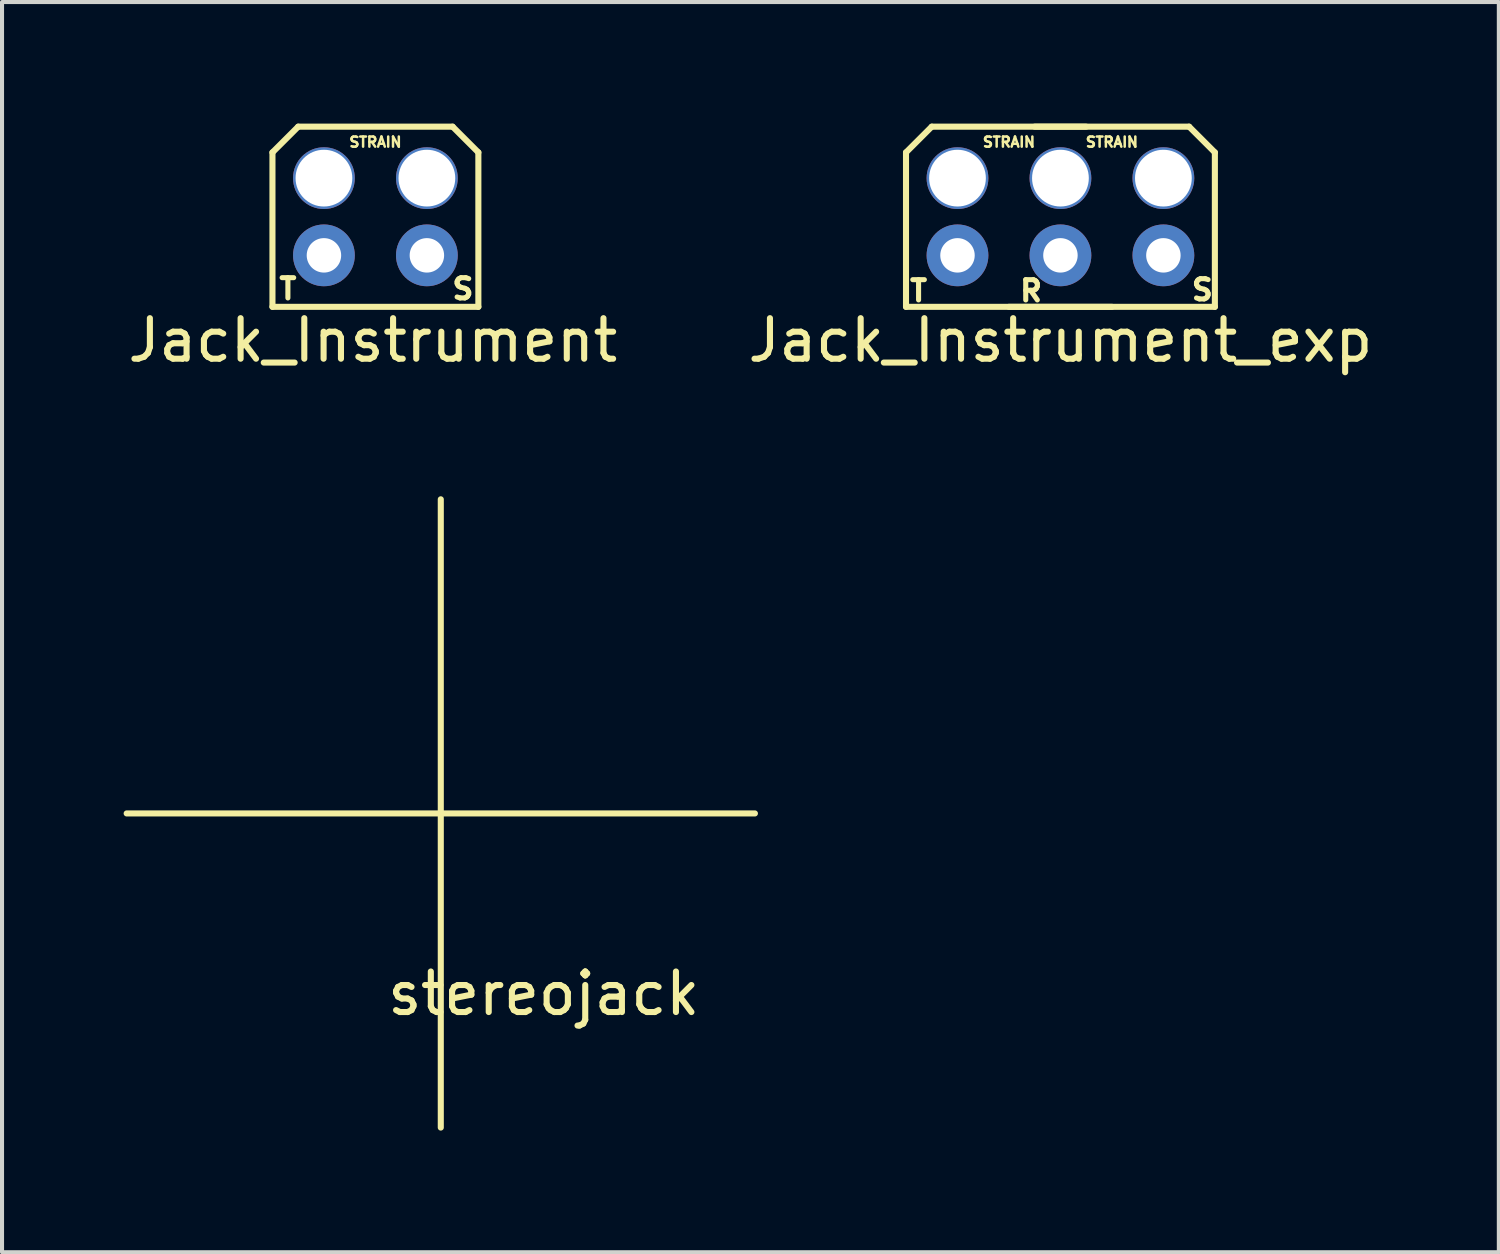
<source format=kicad_pcb>
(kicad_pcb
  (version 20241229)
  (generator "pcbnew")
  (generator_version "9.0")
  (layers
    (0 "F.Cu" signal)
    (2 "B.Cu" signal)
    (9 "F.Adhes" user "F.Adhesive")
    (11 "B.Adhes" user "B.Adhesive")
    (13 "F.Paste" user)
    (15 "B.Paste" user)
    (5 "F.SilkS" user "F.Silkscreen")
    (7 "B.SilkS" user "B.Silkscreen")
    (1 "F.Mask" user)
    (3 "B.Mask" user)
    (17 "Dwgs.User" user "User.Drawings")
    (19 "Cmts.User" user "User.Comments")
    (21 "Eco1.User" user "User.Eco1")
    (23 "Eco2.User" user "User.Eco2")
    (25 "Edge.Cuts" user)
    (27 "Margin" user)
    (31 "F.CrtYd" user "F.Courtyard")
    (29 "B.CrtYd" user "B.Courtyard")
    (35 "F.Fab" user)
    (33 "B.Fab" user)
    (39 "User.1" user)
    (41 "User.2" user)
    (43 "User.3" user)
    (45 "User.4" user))
  (footprint "Jack_Instrument"
    (layer "F.Cu")
    (at 6.212 3.25)
    (property "Reference" "Jack_Instrument" (at -0.064 2.095 0) (layer "F.SilkS") (effects (font (size 1 1) (thickness 0.15))))
    (attr through_hole)
    (fp_line (start -2.54 -2.54) (end -2.54 1.27) (stroke (width 0.15) (type solid)) (layer "F.SilkS"))
    (fp_line (start -2.54 1.27) (end 2.54 1.27) (stroke (width 0.15) (type solid)) (layer "F.SilkS"))
    (fp_line (start -1.905 -3.175) (end -2.54 -2.54) (stroke (width 0.15) (type solid)) (layer "F.SilkS"))
    (fp_line (start 1.905 -3.175) (end -1.905 -3.175) (stroke (width 0.15) (type solid)) (layer "F.SilkS"))
    (fp_line (start 2.54 -2.54) (end 1.905 -3.175) (stroke (width 0.15) (type solid)) (layer "F.SilkS"))
    (fp_line (start 2.54 1.27) (end 2.54 -2.54) (stroke (width 0.15) (type solid)) (layer "F.SilkS"))
    (fp_text user "STRAIN" (at 0 -2.794 0) (layer "F.SilkS") (effects (font (size 0.25 0.25) (thickness 0.062))))
    (fp_text user "T" (at -2.159 0.826 0) (layer "F.SilkS") (effects (font (size 0.5 0.5) (thickness 0.125))))
    (fp_text user "S" (at 2.159 0.826 0) (layer "F.SilkS") (effects (font (size 0.5 0.5) (thickness 0.125))))
    (pad "" thru_hole circle (at -1.27 -1.905) (size 1.524 1.524) (drill 1.4) (layers "*.Cu" "*.Mask"))
    (pad "" thru_hole circle (at 1.27 -1.905) (size 1.524 1.524) (drill 1.4) (layers "*.Cu" "*.Mask"))
    (pad "1" thru_hole circle (at -1.27 0) (size 1.524 1.524) (drill 0.85) (layers "*.Cu" "*.Mask"))
    (pad "2" thru_hole circle (at 1.27 0) (size 1.524 1.524) (drill 0.85) (layers "*.Cu" "*.Mask")))
  (footprint "Jack_Instrument_exp"
    (layer "F.Cu")
    (at 23.113 3.25)
    (property "Reference" "Jack_Instrument_exp" (at 0 2.095 0) (layer "F.SilkS") (effects (font (size 1 1) (thickness 0.15))))
    (attr through_hole)
    (fp_line (start -3.81 -2.54) (end -3.81 1.27) (stroke (width 0.15) (type solid)) (layer "F.SilkS"))
    (fp_line (start -3.81 1.27) (end 1.27 1.27) (stroke (width 0.15) (type solid)) (layer "F.SilkS"))
    (fp_line (start -3.175 -3.175) (end -3.81 -2.54) (stroke (width 0.15) (type solid)) (layer "F.SilkS"))
    (fp_line (start -1.27 1.27) (end 3.81 1.27) (stroke (width 0.15) (type solid)) (layer "F.SilkS"))
    (fp_line (start 0.635 -3.175) (end -3.175 -3.175) (stroke (width 0.15) (type solid)) (layer "F.SilkS"))
    (fp_line (start 3.175 -3.175) (end -0.635 -3.175) (stroke (width 0.15) (type solid)) (layer "F.SilkS"))
    (fp_line (start 3.81 -2.54) (end 3.175 -3.175) (stroke (width 0.15) (type solid)) (layer "F.SilkS"))
    (fp_line (start 3.81 1.27) (end 3.81 -2.54) (stroke (width 0.15) (type solid)) (layer "F.SilkS"))
    (fp_text user "S" (at 3.5 0.85 0) (layer "F.SilkS") (effects (font (size 0.5 0.5) (thickness 0.125))))
    (fp_text user "STRAIN" (at -1.27 -2.794 0) (layer "F.SilkS") (effects (font (size 0.25 0.25) (thickness 0.062))))
    (fp_text user "STRAIN" (at 1.27 -2.794 0) (layer "F.SilkS") (effects (font (size 0.25 0.25) (thickness 0.062))))
    (fp_text user "T" (at -3.5 0.875 0) (layer "F.SilkS") (effects (font (size 0.5 0.5) (thickness 0.125))))
    (fp_text user "R" (at -0.725 0.875 0) (layer "F.SilkS") (effects (font (size 0.5 0.5) (thickness 0.125))))
    (pad "" thru_hole circle (at -2.54 -1.905) (size 1.524 1.524) (drill 1.4) (layers "*.Cu" "*.Mask"))
    (pad "" thru_hole circle (at 0 -1.905) (size 1.524 1.524) (drill 1.4) (layers "*.Cu" "*.Mask"))
    (pad "" thru_hole circle (at 2.54 -1.905) (size 1.524 1.524) (drill 1.4) (layers "*.Cu" "*.Mask"))
    (pad "1" thru_hole circle (at -2.54 0) (size 1.524 1.524) (drill 0.85) (layers "*.Cu" "*.Mask"))
    (pad "2" thru_hole circle (at 0 0) (size 1.524 1.524) (drill 0.85) (layers "*.Cu" "*.Mask"))
    (pad "3" thru_hole circle (at 2.54 0) (size 1.524 1.524) (drill 0.85) (layers "*.Cu" "*.Mask")))
  (footprint "stereojack"
    (layer "F.Cu")
    (at 7.825 17.019)
    (property "Reference" "stereojack" (at 2.54 4.445 0) (layer "F.SilkS") (effects (font (size 1 1) (thickness 0.15))))
    (attr through_hole)
    (fp_line (start -7.75 0) (end 7.75 0) (stroke (width 0.15) (type solid)) (layer "F.SilkS"))
    (fp_line (start 0 -7.75) (end 0 7.75) (stroke (width 0.15) (type solid)) (layer "F.SilkS")))
  (gr_rect
    (start -3 -3)
    (end 33.929 27.844)
    (stroke (width 0.1) (type default))
    (fill no)
    (layer "Edge.Cuts")))
</source>
